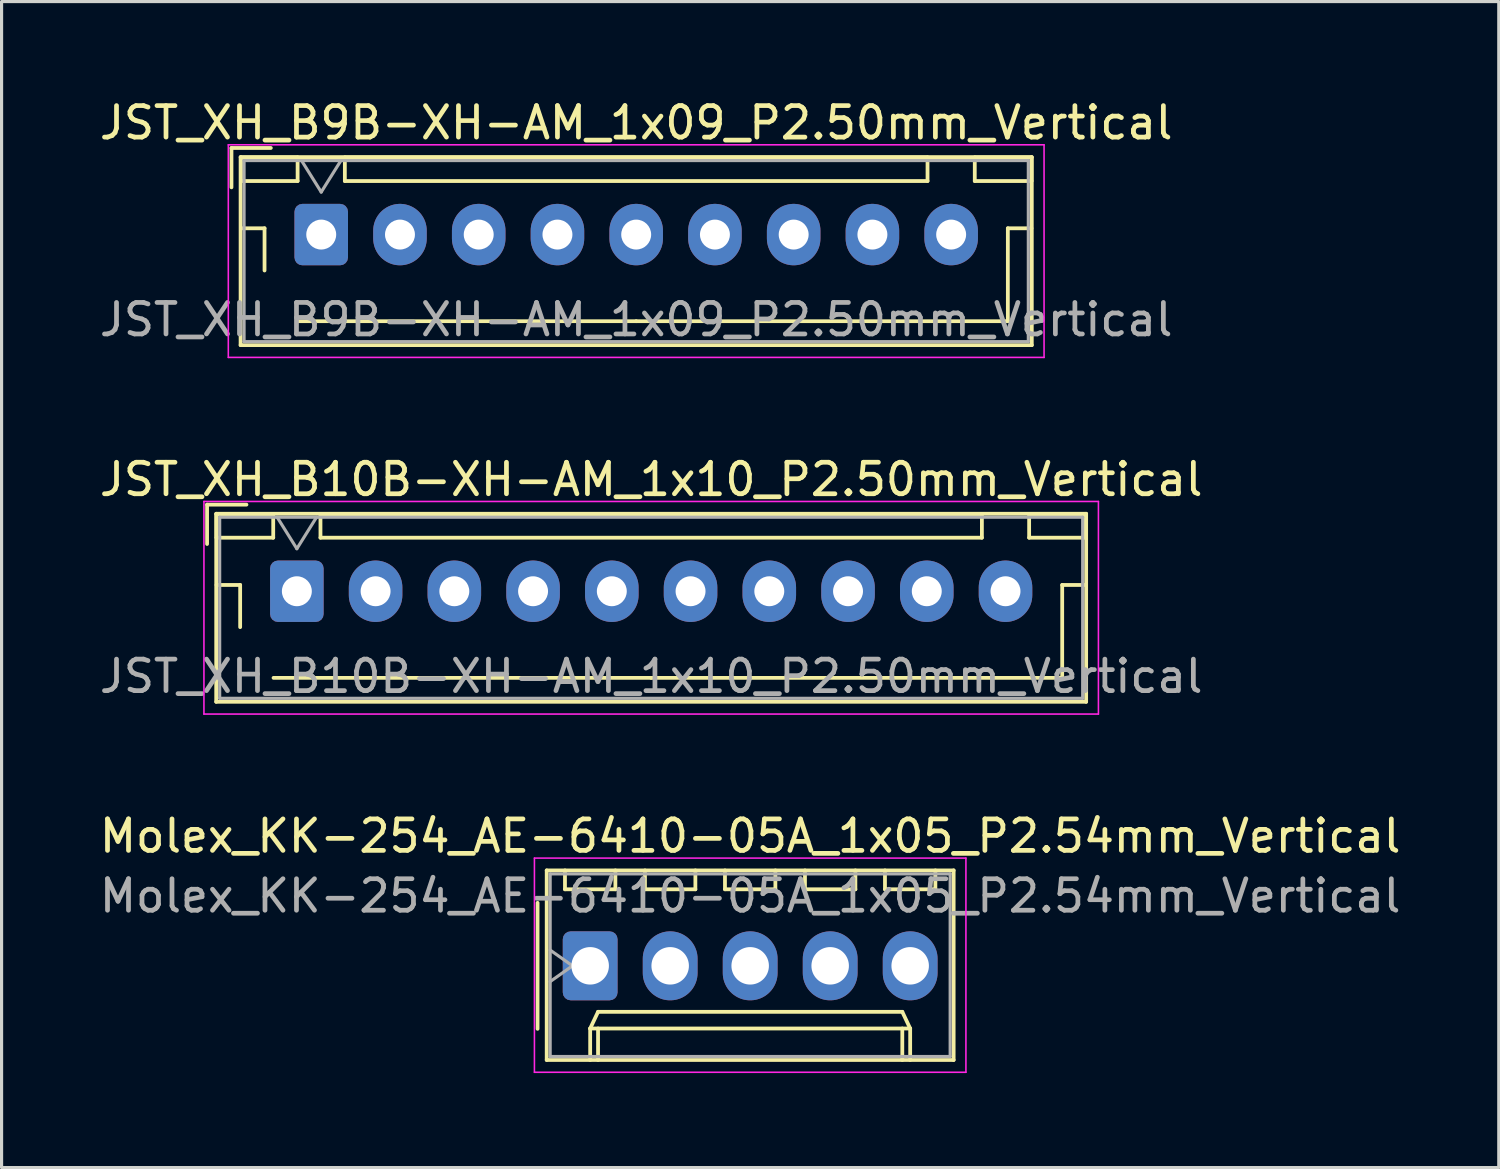
<source format=kicad_pcb>
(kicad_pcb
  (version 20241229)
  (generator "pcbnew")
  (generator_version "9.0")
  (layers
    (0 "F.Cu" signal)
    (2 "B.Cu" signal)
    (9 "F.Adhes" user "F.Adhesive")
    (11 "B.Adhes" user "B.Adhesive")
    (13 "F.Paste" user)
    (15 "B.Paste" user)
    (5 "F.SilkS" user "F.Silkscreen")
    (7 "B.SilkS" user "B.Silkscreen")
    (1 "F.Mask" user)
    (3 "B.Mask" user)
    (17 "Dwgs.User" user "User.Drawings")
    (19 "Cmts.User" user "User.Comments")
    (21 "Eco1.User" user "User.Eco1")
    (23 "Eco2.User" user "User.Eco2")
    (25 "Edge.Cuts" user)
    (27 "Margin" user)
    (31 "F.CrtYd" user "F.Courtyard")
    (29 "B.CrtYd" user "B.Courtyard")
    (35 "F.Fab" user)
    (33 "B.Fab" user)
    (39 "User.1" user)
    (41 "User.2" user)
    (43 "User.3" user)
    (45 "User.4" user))
  (footprint "JST_XH_B9B-XH-AM_1x09_P2.50mm_Vertical"
    (layer "F.Cu")
    (at 7.149 4.398)
    (property "Reference" "JST_XH_B9B-XH-AM_1x09_P2.50mm_Vertical" (at 10 -3.55 0) (layer "F.SilkS") (effects (font (size 1 1) (thickness 0.15))))
    (attr through_hole)
    (fp_line (start -2.85 -2.75) (end -2.85 -1.5) (stroke (width 0.12) (type solid)) (layer "F.SilkS"))
    (fp_line (start -2.56 -2.46) (end -2.56 3.51) (stroke (width 0.12) (type solid)) (layer "F.SilkS"))
    (fp_line (start -2.56 3.51) (end 22.56 3.51) (stroke (width 0.12) (type solid)) (layer "F.SilkS"))
    (fp_line (start -2.55 -2.45) (end -2.55 -1.7) (stroke (width 0.12) (type solid)) (layer "F.SilkS"))
    (fp_line (start -2.55 -1.7) (end -0.75 -1.7) (stroke (width 0.12) (type solid)) (layer "F.SilkS"))
    (fp_line (start -2.55 -0.2) (end -1.8 -0.2) (stroke (width 0.12) (type solid)) (layer "F.SilkS"))
    (fp_line (start -1.8 -0.2) (end -1.8 1.14) (stroke (width 0.12) (type solid)) (layer "F.SilkS"))
    (fp_line (start -1.6 -2.75) (end -2.85 -2.75) (stroke (width 0.12) (type solid)) (layer "F.SilkS"))
    (fp_line (start -0.75 -2.45) (end -2.55 -2.45) (stroke (width 0.12) (type solid)) (layer "F.SilkS"))
    (fp_line (start -0.75 -1.7) (end -0.75 -2.45) (stroke (width 0.12) (type solid)) (layer "F.SilkS"))
    (fp_line (start 0.75 -2.45) (end 0.75 -1.7) (stroke (width 0.12) (type solid)) (layer "F.SilkS"))
    (fp_line (start 0.75 -1.7) (end 19.25 -1.7) (stroke (width 0.12) (type solid)) (layer "F.SilkS"))
    (fp_line (start 10 2.75) (end -0.74 2.75) (stroke (width 0.12) (type solid)) (layer "F.SilkS"))
    (fp_line (start 19.25 -2.45) (end 0.75 -2.45) (stroke (width 0.12) (type solid)) (layer "F.SilkS"))
    (fp_line (start 19.25 -1.7) (end 19.25 -2.45) (stroke (width 0.12) (type solid)) (layer "F.SilkS"))
    (fp_line (start 20.75 -2.45) (end 20.75 -1.7) (stroke (width 0.12) (type solid)) (layer "F.SilkS"))
    (fp_line (start 20.75 -1.7) (end 22.55 -1.7) (stroke (width 0.12) (type solid)) (layer "F.SilkS"))
    (fp_line (start 21.8 -0.2) (end 21.8 2.75) (stroke (width 0.12) (type solid)) (layer "F.SilkS"))
    (fp_line (start 21.8 2.75) (end 10 2.75) (stroke (width 0.12) (type solid)) (layer "F.SilkS"))
    (fp_line (start 22.55 -2.45) (end 20.75 -2.45) (stroke (width 0.12) (type solid)) (layer "F.SilkS"))
    (fp_line (start 22.55 -1.7) (end 22.55 -2.45) (stroke (width 0.12) (type solid)) (layer "F.SilkS"))
    (fp_line (start 22.55 -0.2) (end 21.8 -0.2) (stroke (width 0.12) (type solid)) (layer "F.SilkS"))
    (fp_line (start 22.56 -2.46) (end -2.56 -2.46) (stroke (width 0.12) (type solid)) (layer "F.SilkS"))
    (fp_line (start 22.56 3.51) (end 22.56 -2.46) (stroke (width 0.12) (type solid)) (layer "F.SilkS"))
    (fp_line (start -2.95 -2.85) (end -2.95 3.9) (stroke (width 0.05) (type solid)) (layer "F.CrtYd"))
    (fp_line (start -2.95 3.9) (end 22.95 3.9) (stroke (width 0.05) (type solid)) (layer "F.CrtYd"))
    (fp_line (start 22.95 -2.85) (end -2.95 -2.85) (stroke (width 0.05) (type solid)) (layer "F.CrtYd"))
    (fp_line (start 22.95 3.9) (end 22.95 -2.85) (stroke (width 0.05) (type solid)) (layer "F.CrtYd"))
    (fp_line (start -2.45 -2.35) (end -2.45 3.4) (stroke (width 0.1) (type solid)) (layer "F.Fab"))
    (fp_line (start -2.45 3.4) (end 22.45 3.4) (stroke (width 0.1) (type solid)) (layer "F.Fab"))
    (fp_line (start -0.625 -2.35) (end 0 -1.35) (stroke (width 0.1) (type solid)) (layer "F.Fab"))
    (fp_line (start 0 -1.35) (end 0.625 -2.35) (stroke (width 0.1) (type solid)) (layer "F.Fab"))
    (fp_line (start 22.45 -2.35) (end -2.45 -2.35) (stroke (width 0.1) (type solid)) (layer "F.Fab"))
    (fp_line (start 22.45 3.4) (end 22.45 -2.35) (stroke (width 0.1) (type solid)) (layer "F.Fab"))
    (fp_text user "${REFERENCE}" (at 10 2.7 0) (layer "F.Fab") (effects (font (size 1 1) (thickness 0.15))))
    (pad "1" thru_hole roundrect (at 0 0) (size 1.7 1.95) (drill 0.95) (layers "*.Cu" "*.Mask") (roundrect_rratio 0.147))
    (pad "2" thru_hole oval (at 2.5 0) (size 1.7 1.95) (drill 0.95) (layers "*.Cu" "*.Mask"))
    (pad "3" thru_hole oval (at 5 0) (size 1.7 1.95) (drill 0.95) (layers "*.Cu" "*.Mask"))
    (pad "4" thru_hole oval (at 7.5 0) (size 1.7 1.95) (drill 0.95) (layers "*.Cu" "*.Mask"))
    (pad "5" thru_hole oval (at 10 0) (size 1.7 1.95) (drill 0.95) (layers "*.Cu" "*.Mask"))
    (pad "6" thru_hole oval (at 12.5 0) (size 1.7 1.95) (drill 0.95) (layers "*.Cu" "*.Mask"))
    (pad "7" thru_hole oval (at 15 0) (size 1.7 1.95) (drill 0.95) (layers "*.Cu" "*.Mask"))
    (pad "8" thru_hole oval (at 17.5 0) (size 1.7 1.95) (drill 0.95) (layers "*.Cu" "*.Mask"))
    (pad "9" thru_hole oval (at 20 0) (size 1.7 1.95) (drill 0.95) (layers "*.Cu" "*.Mask")))
  (footprint "Molex_KK-254_AE-6410-05A_1x05_P2.54mm_Vertical"
    (layer "F.Cu")
    (at 15.688 27.615)
    (property "Reference" "Molex_KK-254_AE-6410-05A_1x05_P2.54mm_Vertical" (at 5.08 -4.12 0) (layer "F.SilkS") (effects (font (size 1 1) (thickness 0.15))))
    (attr through_hole)
    (fp_line (start -1.67 -2) (end -1.67 2) (stroke (width 0.12) (type solid)) (layer "F.SilkS"))
    (fp_line (start -1.38 -3.03) (end -1.38 2.99) (stroke (width 0.12) (type solid)) (layer "F.SilkS"))
    (fp_line (start -1.38 2.99) (end 11.54 2.99) (stroke (width 0.12) (type solid)) (layer "F.SilkS"))
    (fp_line (start -0.8 -3.03) (end -0.8 -2.43) (stroke (width 0.12) (type solid)) (layer "F.SilkS"))
    (fp_line (start -0.8 -2.43) (end 0.8 -2.43) (stroke (width 0.12) (type solid)) (layer "F.SilkS"))
    (fp_line (start 0 1.99) (end 0.25 1.46) (stroke (width 0.12) (type solid)) (layer "F.SilkS"))
    (fp_line (start 0 1.99) (end 10.16 1.99) (stroke (width 0.12) (type solid)) (layer "F.SilkS"))
    (fp_line (start 0 2.99) (end 0 1.99) (stroke (width 0.12) (type solid)) (layer "F.SilkS"))
    (fp_line (start 0.25 1.46) (end 9.91 1.46) (stroke (width 0.12) (type solid)) (layer "F.SilkS"))
    (fp_line (start 0.25 2.99) (end 0.25 1.99) (stroke (width 0.12) (type solid)) (layer "F.SilkS"))
    (fp_line (start 0.8 -2.43) (end 0.8 -3.03) (stroke (width 0.12) (type solid)) (layer "F.SilkS"))
    (fp_line (start 1.74 -3.03) (end 1.74 -2.43) (stroke (width 0.12) (type solid)) (layer "F.SilkS"))
    (fp_line (start 1.74 -2.43) (end 3.34 -2.43) (stroke (width 0.12) (type solid)) (layer "F.SilkS"))
    (fp_line (start 3.34 -2.43) (end 3.34 -3.03) (stroke (width 0.12) (type solid)) (layer "F.SilkS"))
    (fp_line (start 4.28 -3.03) (end 4.28 -2.43) (stroke (width 0.12) (type solid)) (layer "F.SilkS"))
    (fp_line (start 4.28 -2.43) (end 5.88 -2.43) (stroke (width 0.12) (type solid)) (layer "F.SilkS"))
    (fp_line (start 5.88 -2.43) (end 5.88 -3.03) (stroke (width 0.12) (type solid)) (layer "F.SilkS"))
    (fp_line (start 6.82 -3.03) (end 6.82 -2.43) (stroke (width 0.12) (type solid)) (layer "F.SilkS"))
    (fp_line (start 6.82 -2.43) (end 8.42 -2.43) (stroke (width 0.12) (type solid)) (layer "F.SilkS"))
    (fp_line (start 8.42 -2.43) (end 8.42 -3.03) (stroke (width 0.12) (type solid)) (layer "F.SilkS"))
    (fp_line (start 9.36 -3.03) (end 9.36 -2.43) (stroke (width 0.12) (type solid)) (layer "F.SilkS"))
    (fp_line (start 9.36 -2.43) (end 10.96 -2.43) (stroke (width 0.12) (type solid)) (layer "F.SilkS"))
    (fp_line (start 9.91 1.46) (end 10.16 1.99) (stroke (width 0.12) (type solid)) (layer "F.SilkS"))
    (fp_line (start 9.91 2.99) (end 9.91 1.99) (stroke (width 0.12) (type solid)) (layer "F.SilkS"))
    (fp_line (start 10.16 1.99) (end 10.16 2.99) (stroke (width 0.12) (type solid)) (layer "F.SilkS"))
    (fp_line (start 10.96 -2.43) (end 10.96 -3.03) (stroke (width 0.12) (type solid)) (layer "F.SilkS"))
    (fp_line (start 11.54 -3.03) (end -1.38 -3.03) (stroke (width 0.12) (type solid)) (layer "F.SilkS"))
    (fp_line (start 11.54 2.99) (end 11.54 -3.03) (stroke (width 0.12) (type solid)) (layer "F.SilkS"))
    (fp_line (start -1.77 -3.42) (end -1.77 3.38) (stroke (width 0.05) (type solid)) (layer "F.CrtYd"))
    (fp_line (start -1.77 3.38) (end 11.93 3.38) (stroke (width 0.05) (type solid)) (layer "F.CrtYd"))
    (fp_line (start 11.93 -3.42) (end -1.77 -3.42) (stroke (width 0.05) (type solid)) (layer "F.CrtYd"))
    (fp_line (start 11.93 3.38) (end 11.93 -3.42) (stroke (width 0.05) (type solid)) (layer "F.CrtYd"))
    (fp_line (start -1.27 -2.92) (end -1.27 2.88) (stroke (width 0.1) (type solid)) (layer "F.Fab"))
    (fp_line (start -1.27 -0.5) (end -0.563 0) (stroke (width 0.1) (type solid)) (layer "F.Fab"))
    (fp_line (start -1.27 2.88) (end 11.43 2.88) (stroke (width 0.1) (type solid)) (layer "F.Fab"))
    (fp_line (start -0.563 0) (end -1.27 0.5) (stroke (width 0.1) (type solid)) (layer "F.Fab"))
    (fp_line (start 11.43 -2.92) (end -1.27 -2.92) (stroke (width 0.1) (type solid)) (layer "F.Fab"))
    (fp_line (start 11.43 2.88) (end 11.43 -2.92) (stroke (width 0.1) (type solid)) (layer "F.Fab"))
    (fp_text user "${REFERENCE}" (at 5.08 -2.22 0) (layer "F.Fab") (effects (font (size 1 1) (thickness 0.15))))
    (pad "1" thru_hole roundrect (at 0 0) (size 1.74 2.19) (drill 1.19) (layers "*.Cu" "*.Mask") (roundrect_rratio 0.144))
    (pad "2" thru_hole oval (at 2.54 0) (size 1.74 2.19) (drill 1.19) (layers "*.Cu" "*.Mask"))
    (pad "3" thru_hole oval (at 5.08 0) (size 1.74 2.19) (drill 1.19) (layers "*.Cu" "*.Mask"))
    (pad "4" thru_hole oval (at 7.62 0) (size 1.74 2.19) (drill 1.19) (layers "*.Cu" "*.Mask"))
    (pad "5" thru_hole oval (at 10.16 0) (size 1.74 2.19) (drill 1.19) (layers "*.Cu" "*.Mask")))
  (footprint "JST_XH_B10B-XH-AM_1x10_P2.50mm_Vertical"
    (layer "F.Cu")
    (at 6.375 15.722)
    (property "Reference" "JST_XH_B10B-XH-AM_1x10_P2.50mm_Vertical" (at 11.25 -3.55 0) (layer "F.SilkS") (effects (font (size 1 1) (thickness 0.15))))
    (attr through_hole)
    (fp_line (start -2.85 -2.75) (end -2.85 -1.5) (stroke (width 0.12) (type solid)) (layer "F.SilkS"))
    (fp_line (start -2.56 -2.46) (end -2.56 3.51) (stroke (width 0.12) (type solid)) (layer "F.SilkS"))
    (fp_line (start -2.56 3.51) (end 25.06 3.51) (stroke (width 0.12) (type solid)) (layer "F.SilkS"))
    (fp_line (start -2.55 -2.45) (end -2.55 -1.7) (stroke (width 0.12) (type solid)) (layer "F.SilkS"))
    (fp_line (start -2.55 -1.7) (end -0.75 -1.7) (stroke (width 0.12) (type solid)) (layer "F.SilkS"))
    (fp_line (start -2.55 -0.2) (end -1.8 -0.2) (stroke (width 0.12) (type solid)) (layer "F.SilkS"))
    (fp_line (start -1.8 -0.2) (end -1.8 1.14) (stroke (width 0.12) (type solid)) (layer "F.SilkS"))
    (fp_line (start -1.6 -2.75) (end -2.85 -2.75) (stroke (width 0.12) (type solid)) (layer "F.SilkS"))
    (fp_line (start -0.75 -2.45) (end -2.55 -2.45) (stroke (width 0.12) (type solid)) (layer "F.SilkS"))
    (fp_line (start -0.75 -1.7) (end -0.75 -2.45) (stroke (width 0.12) (type solid)) (layer "F.SilkS"))
    (fp_line (start 0.75 -2.45) (end 0.75 -1.7) (stroke (width 0.12) (type solid)) (layer "F.SilkS"))
    (fp_line (start 0.75 -1.7) (end 21.75 -1.7) (stroke (width 0.12) (type solid)) (layer "F.SilkS"))
    (fp_line (start 11.25 2.75) (end -0.74 2.75) (stroke (width 0.12) (type solid)) (layer "F.SilkS"))
    (fp_line (start 21.75 -2.45) (end 0.75 -2.45) (stroke (width 0.12) (type solid)) (layer "F.SilkS"))
    (fp_line (start 21.75 -1.7) (end 21.75 -2.45) (stroke (width 0.12) (type solid)) (layer "F.SilkS"))
    (fp_line (start 23.25 -2.45) (end 23.25 -1.7) (stroke (width 0.12) (type solid)) (layer "F.SilkS"))
    (fp_line (start 23.25 -1.7) (end 25.05 -1.7) (stroke (width 0.12) (type solid)) (layer "F.SilkS"))
    (fp_line (start 24.3 -0.2) (end 24.3 2.75) (stroke (width 0.12) (type solid)) (layer "F.SilkS"))
    (fp_line (start 24.3 2.75) (end 11.25 2.75) (stroke (width 0.12) (type solid)) (layer "F.SilkS"))
    (fp_line (start 25.05 -2.45) (end 23.25 -2.45) (stroke (width 0.12) (type solid)) (layer "F.SilkS"))
    (fp_line (start 25.05 -1.7) (end 25.05 -2.45) (stroke (width 0.12) (type solid)) (layer "F.SilkS"))
    (fp_line (start 25.05 -0.2) (end 24.3 -0.2) (stroke (width 0.12) (type solid)) (layer "F.SilkS"))
    (fp_line (start 25.06 -2.46) (end -2.56 -2.46) (stroke (width 0.12) (type solid)) (layer "F.SilkS"))
    (fp_line (start 25.06 3.51) (end 25.06 -2.46) (stroke (width 0.12) (type solid)) (layer "F.SilkS"))
    (fp_line (start -2.95 -2.85) (end -2.95 3.9) (stroke (width 0.05) (type solid)) (layer "F.CrtYd"))
    (fp_line (start -2.95 3.9) (end 25.45 3.9) (stroke (width 0.05) (type solid)) (layer "F.CrtYd"))
    (fp_line (start 25.45 -2.85) (end -2.95 -2.85) (stroke (width 0.05) (type solid)) (layer "F.CrtYd"))
    (fp_line (start 25.45 3.9) (end 25.45 -2.85) (stroke (width 0.05) (type solid)) (layer "F.CrtYd"))
    (fp_line (start -2.45 -2.35) (end -2.45 3.4) (stroke (width 0.1) (type solid)) (layer "F.Fab"))
    (fp_line (start -2.45 3.4) (end 24.95 3.4) (stroke (width 0.1) (type solid)) (layer "F.Fab"))
    (fp_line (start -0.625 -2.35) (end 0 -1.35) (stroke (width 0.1) (type solid)) (layer "F.Fab"))
    (fp_line (start 0 -1.35) (end 0.625 -2.35) (stroke (width 0.1) (type solid)) (layer "F.Fab"))
    (fp_line (start 24.95 -2.35) (end -2.45 -2.35) (stroke (width 0.1) (type solid)) (layer "F.Fab"))
    (fp_line (start 24.95 3.4) (end 24.95 -2.35) (stroke (width 0.1) (type solid)) (layer "F.Fab"))
    (fp_text user "${REFERENCE}" (at 11.25 2.7 0) (layer "F.Fab") (effects (font (size 1 1) (thickness 0.15))))
    (pad "1" thru_hole roundrect (at 0 0) (size 1.7 1.95) (drill 0.95) (layers "*.Cu" "*.Mask") (roundrect_rratio 0.147))
    (pad "2" thru_hole oval (at 2.5 0) (size 1.7 1.95) (drill 0.95) (layers "*.Cu" "*.Mask"))
    (pad "3" thru_hole oval (at 5 0) (size 1.7 1.95) (drill 0.95) (layers "*.Cu" "*.Mask"))
    (pad "4" thru_hole oval (at 7.5 0) (size 1.7 1.95) (drill 0.95) (layers "*.Cu" "*.Mask"))
    (pad "5" thru_hole oval (at 10 0) (size 1.7 1.95) (drill 0.95) (layers "*.Cu" "*.Mask"))
    (pad "6" thru_hole oval (at 12.5 0) (size 1.7 1.95) (drill 0.95) (layers "*.Cu" "*.Mask"))
    (pad "7" thru_hole oval (at 15 0) (size 1.7 1.95) (drill 0.95) (layers "*.Cu" "*.Mask"))
    (pad "8" thru_hole oval (at 17.5 0) (size 1.7 1.95) (drill 0.95) (layers "*.Cu" "*.Mask"))
    (pad "9" thru_hole oval (at 20 0) (size 1.7 1.95) (drill 0.95) (layers "*.Cu" "*.Mask"))
    (pad "10" thru_hole oval (at 22.5 0) (size 1.7 1.95) (drill 0.95) (layers "*.Cu" "*.Mask")))
  (gr_rect
    (start -3 -3)
    (end 44.536 34.02)
    (stroke (width 0.1) (type default))
    (fill no)
    (layer "Edge.Cuts")))
</source>
